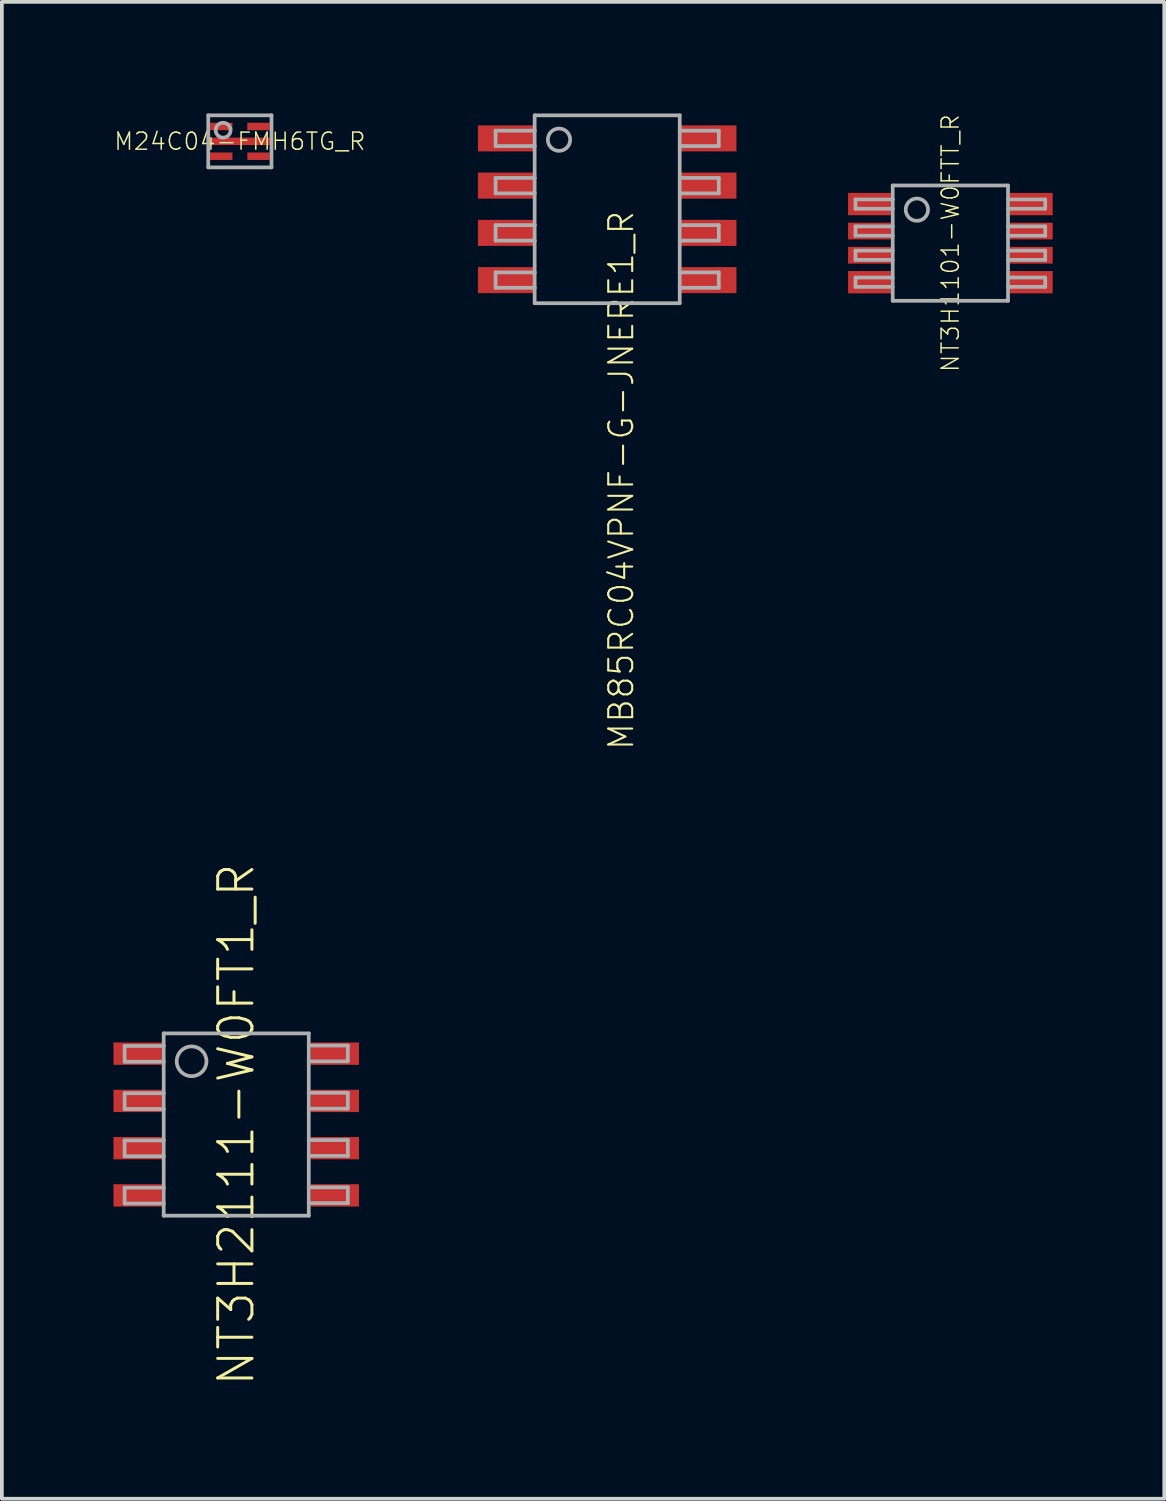
<source format=kicad_pcb>
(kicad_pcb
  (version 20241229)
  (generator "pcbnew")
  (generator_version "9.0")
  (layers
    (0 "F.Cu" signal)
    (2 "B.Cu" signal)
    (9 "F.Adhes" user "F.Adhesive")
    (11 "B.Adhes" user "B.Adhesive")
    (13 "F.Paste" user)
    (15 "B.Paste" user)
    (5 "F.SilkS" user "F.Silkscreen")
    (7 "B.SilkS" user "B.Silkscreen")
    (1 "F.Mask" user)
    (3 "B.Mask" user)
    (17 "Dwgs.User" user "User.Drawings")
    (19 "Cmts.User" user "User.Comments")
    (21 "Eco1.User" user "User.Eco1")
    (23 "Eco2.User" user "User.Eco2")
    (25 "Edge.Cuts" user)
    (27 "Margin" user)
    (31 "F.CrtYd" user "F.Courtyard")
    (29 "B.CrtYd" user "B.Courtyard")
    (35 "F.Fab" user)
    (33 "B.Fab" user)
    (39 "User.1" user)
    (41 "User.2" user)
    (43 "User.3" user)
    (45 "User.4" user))
  (footprint "M24C04-FMH6TG_R"
    (layer "F.Cu")
    (at 3.398 0.75)
    (property "Reference" "M24C04-FMH6TG_R" (at 0 0 0) (unlocked yes) (layer "F.SilkS") (effects (font (size 0.46 0.46) (thickness 0.04))))
    (fp_poly (pts (xy -0.85 -0.25) (xy -0.15 -0.25) (xy -0.15 -0.55) (xy -0.85 -0.55)) (stroke (width 0) (type default)) (fill yes) (layer "F.Mask"))
    (fp_poly (pts (xy -0.85 0.15) (xy 0.85 0.15) (xy 0.85 -0.15) (xy -0.85 -0.15)) (stroke (width 0) (type default)) (fill yes) (layer "F.Mask"))
    (fp_poly (pts (xy -0.85 0.55) (xy -0.15 0.55) (xy -0.15 0.25) (xy -0.85 0.25)) (stroke (width 0) (type default)) (fill yes) (layer "F.Mask"))
    (fp_poly (pts (xy 0.15 -0.25) (xy 0.85 -0.25) (xy 0.85 -0.55) (xy 0.15 -0.55)) (stroke (width 0) (type default)) (fill yes) (layer "F.Mask"))
    (fp_poly (pts (xy 0.15 0.55) (xy 0.85 0.55) (xy 0.85 0.25) (xy 0.15 0.25)) (stroke (width 0) (type default)) (fill yes) (layer "F.Mask"))
    (fp_line (start -0.85 -0.7) (end -0.85 0.7) (stroke (width 0.1) (type solid)) (layer "F.Fab"))
    (fp_line (start -0.85 0.7) (end 0.85 0.7) (stroke (width 0.1) (type solid)) (layer "F.Fab"))
    (fp_line (start 0.85 -0.7) (end -0.85 -0.7) (stroke (width 0.1) (type solid)) (layer "F.Fab"))
    (fp_line (start 0.85 0.7) (end 0.85 -0.7) (stroke (width 0.1) (type solid)) (layer "F.Fab"))
    (fp_circle (center -0.45 -0.3) (end -0.25 -0.3) (stroke (width 0.1) (type solid)) (fill no) (layer "F.Fab"))
    (pad "1" smd rect (at -0.5 -0.4) (size 0.6 0.2) (layers "F.Cu" "F.Paste"))
    (pad "2" smd rect (at 0 0) (size 1.6 0.2) (layers "F.Cu" "F.Paste"))
    (pad "3" smd rect (at -0.5 0.4) (size 0.6 0.2) (layers "F.Cu" "F.Paste"))
    (pad "4" smd rect (at 0.5 0.4) (size 0.6 0.2) (layers "F.Cu" "F.Paste"))
    (pad "5" smd rect (at 0.5 -0.4) (size 0.6 0.2) (layers "F.Cu" "F.Paste")))
  (footprint "NT3H2111-W0FT1_R"
    (layer "F.Cu")
    (at 3.3 27.179)
    (property "Reference" "NT3H2111-W0FT1_R" (at 0 0 90) (unlocked yes) (layer "F.SilkS") (effects (font (size 0.92 0.92) (thickness 0.08))))
    (fp_line (start -3 -2.112) (end -3 -1.688) (stroke (width 0.1) (type solid)) (layer "F.Fab"))
    (fp_line (start -3 -1.688) (end -1.95 -1.688) (stroke (width 0.1) (type solid)) (layer "F.Fab"))
    (fp_line (start -3 -0.843) (end -3 -0.417) (stroke (width 0.1) (type solid)) (layer "F.Fab"))
    (fp_line (start -3 -0.417) (end -1.95 -0.417) (stroke (width 0.1) (type solid)) (layer "F.Fab"))
    (fp_line (start -3 0.427) (end -3 0.853) (stroke (width 0.1) (type solid)) (layer "F.Fab"))
    (fp_line (start -3 0.853) (end -1.95 0.853) (stroke (width 0.1) (type solid)) (layer "F.Fab"))
    (fp_line (start -3 1.698) (end -3 2.123) (stroke (width 0.1) (type solid)) (layer "F.Fab"))
    (fp_line (start -3 2.123) (end -1.95 2.123) (stroke (width 0.1) (type solid)) (layer "F.Fab"))
    (fp_line (start -1.95 -2.45) (end -1.95 -2.112) (stroke (width 0.1) (type solid)) (layer "F.Fab"))
    (fp_line (start -1.95 -2.45) (end 1.95 -2.45) (stroke (width 0.1) (type solid)) (layer "F.Fab"))
    (fp_line (start -1.95 -2.112) (end -3 -2.112) (stroke (width 0.1) (type solid)) (layer "F.Fab"))
    (fp_line (start -1.95 -2.112) (end -1.95 -1.688) (stroke (width 0.1) (type solid)) (layer "F.Fab"))
    (fp_line (start -1.95 -0.843) (end -3 -0.843) (stroke (width 0.1) (type solid)) (layer "F.Fab"))
    (fp_line (start -1.95 -0.843) (end -1.95 -1.688) (stroke (width 0.1) (type solid)) (layer "F.Fab"))
    (fp_line (start -1.95 -0.417) (end -1.95 -0.843) (stroke (width 0.1) (type solid)) (layer "F.Fab"))
    (fp_line (start -1.95 -0.417) (end -1.95 0.427) (stroke (width 0.1) (type solid)) (layer "F.Fab"))
    (fp_line (start -1.95 0.427) (end -3 0.427) (stroke (width 0.1) (type solid)) (layer "F.Fab"))
    (fp_line (start -1.95 0.427) (end -1.95 0.853) (stroke (width 0.1) (type solid)) (layer "F.Fab"))
    (fp_line (start -1.95 1.698) (end -3 1.698) (stroke (width 0.1) (type solid)) (layer "F.Fab"))
    (fp_line (start -1.95 1.698) (end -1.95 0.853) (stroke (width 0.1) (type solid)) (layer "F.Fab"))
    (fp_line (start -1.95 2.123) (end -1.95 1.698) (stroke (width 0.1) (type solid)) (layer "F.Fab"))
    (fp_line (start -1.95 2.123) (end -1.95 2.45) (stroke (width 0.1) (type solid)) (layer "F.Fab"))
    (fp_line (start -1.95 2.45) (end 1.95 2.45) (stroke (width 0.1) (type solid)) (layer "F.Fab"))
    (fp_line (start 1.95 -2.123) (end 1.95 -2.45) (stroke (width 0.1) (type solid)) (layer "F.Fab"))
    (fp_line (start 1.95 -2.123) (end 1.95 -1.698) (stroke (width 0.1) (type solid)) (layer "F.Fab"))
    (fp_line (start 1.95 -1.698) (end 1.95 -0.853) (stroke (width 0.1) (type solid)) (layer "F.Fab"))
    (fp_line (start 1.95 -1.698) (end 3 -1.698) (stroke (width 0.1) (type solid)) (layer "F.Fab"))
    (fp_line (start 1.95 -0.427) (end 1.95 -0.853) (stroke (width 0.1) (type solid)) (layer "F.Fab"))
    (fp_line (start 1.95 -0.427) (end 3 -0.427) (stroke (width 0.1) (type solid)) (layer "F.Fab"))
    (fp_line (start 1.95 0.417) (end 1.95 -0.427) (stroke (width 0.1) (type solid)) (layer "F.Fab"))
    (fp_line (start 1.95 0.417) (end 1.95 0.843) (stroke (width 0.1) (type solid)) (layer "F.Fab"))
    (fp_line (start 1.95 0.843) (end 1.95 1.688) (stroke (width 0.1) (type solid)) (layer "F.Fab"))
    (fp_line (start 1.95 0.843) (end 3 0.843) (stroke (width 0.1) (type solid)) (layer "F.Fab"))
    (fp_line (start 1.95 2.112) (end 1.95 1.688) (stroke (width 0.1) (type solid)) (layer "F.Fab"))
    (fp_line (start 1.95 2.112) (end 3 2.112) (stroke (width 0.1) (type solid)) (layer "F.Fab"))
    (fp_line (start 1.95 2.45) (end 1.95 2.112) (stroke (width 0.1) (type solid)) (layer "F.Fab"))
    (fp_line (start 3 -2.123) (end 1.95 -2.123) (stroke (width 0.1) (type solid)) (layer "F.Fab"))
    (fp_line (start 3 -1.698) (end 3 -2.123) (stroke (width 0.1) (type solid)) (layer "F.Fab"))
    (fp_line (start 3 -0.853) (end 1.95 -0.853) (stroke (width 0.1) (type solid)) (layer "F.Fab"))
    (fp_line (start 3 -0.427) (end 3 -0.853) (stroke (width 0.1) (type solid)) (layer "F.Fab"))
    (fp_line (start 3 0.417) (end 1.95 0.417) (stroke (width 0.1) (type solid)) (layer "F.Fab"))
    (fp_line (start 3 0.843) (end 3 0.417) (stroke (width 0.1) (type solid)) (layer "F.Fab"))
    (fp_line (start 3 1.688) (end 1.95 1.688) (stroke (width 0.1) (type solid)) (layer "F.Fab"))
    (fp_line (start 3 2.112) (end 3 1.688) (stroke (width 0.1) (type solid)) (layer "F.Fab"))
    (fp_circle (center -1.2 -1.7) (end -0.8 -1.7) (stroke (width 0.1) (type solid)) (fill no) (layer "F.Fab"))
    (pad "1" smd rect (at -2.65 -1.905) (size 1.3 0.6) (layers "F.Cu" "F.Mask" "F.Paste"))
    (pad "2" smd rect (at -2.65 -0.635) (size 1.3 0.6) (layers "F.Cu" "F.Mask" "F.Paste"))
    (pad "3" smd rect (at -2.65 0.635) (size 1.3 0.6) (layers "F.Cu" "F.Mask" "F.Paste"))
    (pad "4" smd rect (at -2.65 1.905) (size 1.3 0.6) (layers "F.Cu" "F.Mask" "F.Paste"))
    (pad "5" smd rect (at 2.65 1.905) (size 1.3 0.6) (layers "F.Cu" "F.Mask" "F.Paste"))
    (pad "6" smd rect (at 2.65 0.635) (size 1.3 0.6) (layers "F.Cu" "F.Mask" "F.Paste"))
    (pad "7" smd rect (at 2.65 -0.635) (size 1.3 0.6) (layers "F.Cu" "F.Mask" "F.Paste"))
    (pad "8" smd rect (at 2.65 -1.905) (size 1.3 0.6) (layers "F.Cu" "F.Mask" "F.Paste")))
  (footprint "MB85RC04VPNF-G-JNERE1_R"
    (layer "F.Cu")
    (at 13.272 2.575)
    (property "Reference" "MB85RC04VPNF-G-JNERE1_R" (at 0 0 90) (unlocked yes) (layer "F.SilkS") (effects (font (size 0.644 0.644) (thickness 0.056)) (justify right top)))
    (fp_poly (pts (xy -1.95 -1.555) (xy -3.475 -1.555) (xy -3.475 -2.255) (xy -1.95 -2.255)) (stroke (width 0) (type default)) (fill yes) (layer "F.Paste"))
    (fp_poly (pts (xy -1.95 -0.285) (xy -3.475 -0.285) (xy -3.475 -0.985) (xy -1.95 -0.985)) (stroke (width 0) (type default)) (fill yes) (layer "F.Paste"))
    (fp_poly (pts (xy -1.95 0.985) (xy -3.475 0.985) (xy -3.475 0.285) (xy -1.95 0.285)) (stroke (width 0) (type default)) (fill yes) (layer "F.Paste"))
    (fp_poly (pts (xy -1.95 2.255) (xy -3.475 2.255) (xy -3.475 1.555) (xy -1.95 1.555)) (stroke (width 0) (type default)) (fill yes) (layer "F.Paste"))
    (fp_poly (pts (xy 3.475 -1.555) (xy 1.95 -1.555) (xy 1.95 -2.255) (xy 3.475 -2.255)) (stroke (width 0) (type default)) (fill yes) (layer "F.Paste"))
    (fp_poly (pts (xy 3.475 -0.285) (xy 1.95 -0.285) (xy 1.95 -0.985) (xy 3.475 -0.985)) (stroke (width 0) (type default)) (fill yes) (layer "F.Paste"))
    (fp_poly (pts (xy 3.475 0.985) (xy 1.95 0.985) (xy 1.95 0.285) (xy 3.475 0.285)) (stroke (width 0) (type default)) (fill yes) (layer "F.Paste"))
    (fp_poly (pts (xy 3.475 2.255) (xy 1.95 2.255) (xy 1.95 1.555) (xy 3.475 1.555)) (stroke (width 0) (type default)) (fill yes) (layer "F.Paste"))
    (fp_line (start -3 -2.112) (end -3 -1.698) (stroke (width 0.1) (type solid)) (layer "F.Fab"))
    (fp_line (start -3 -1.698) (end -1.95 -1.698) (stroke (width 0.1) (type solid)) (layer "F.Fab"))
    (fp_line (start -3 -0.843) (end -3 -0.427) (stroke (width 0.1) (type solid)) (layer "F.Fab"))
    (fp_line (start -3 -0.427) (end -1.95 -0.427) (stroke (width 0.1) (type solid)) (layer "F.Fab"))
    (fp_line (start -3 0.427) (end -3 0.843) (stroke (width 0.1) (type solid)) (layer "F.Fab"))
    (fp_line (start -3 0.843) (end -1.95 0.843) (stroke (width 0.1) (type solid)) (layer "F.Fab"))
    (fp_line (start -3 1.698) (end -3 2.112) (stroke (width 0.1) (type solid)) (layer "F.Fab"))
    (fp_line (start -3 2.112) (end -1.95 2.112) (stroke (width 0.1) (type solid)) (layer "F.Fab"))
    (fp_line (start -1.95 -2.525) (end 1.95 -2.525) (stroke (width 0.1) (type solid)) (layer "F.Fab"))
    (fp_line (start -1.95 -2.112) (end -3 -2.112) (stroke (width 0.1) (type solid)) (layer "F.Fab"))
    (fp_line (start -1.95 -2.112) (end -1.95 -2.525) (stroke (width 0.1) (type solid)) (layer "F.Fab"))
    (fp_line (start -1.95 -1.698) (end -1.95 -2.112) (stroke (width 0.1) (type solid)) (layer "F.Fab"))
    (fp_line (start -1.95 -0.843) (end -3 -0.843) (stroke (width 0.1) (type solid)) (layer "F.Fab"))
    (fp_line (start -1.95 -0.843) (end -1.95 -1.698) (stroke (width 0.1) (type solid)) (layer "F.Fab"))
    (fp_line (start -1.95 -0.427) (end -1.95 -0.843) (stroke (width 0.1) (type solid)) (layer "F.Fab"))
    (fp_line (start -1.95 0.427) (end -3 0.427) (stroke (width 0.1) (type solid)) (layer "F.Fab"))
    (fp_line (start -1.95 0.427) (end -1.95 -0.427) (stroke (width 0.1) (type solid)) (layer "F.Fab"))
    (fp_line (start -1.95 0.843) (end -1.95 0.427) (stroke (width 0.1) (type solid)) (layer "F.Fab"))
    (fp_line (start -1.95 1.698) (end -3 1.698) (stroke (width 0.1) (type solid)) (layer "F.Fab"))
    (fp_line (start -1.95 1.698) (end -1.95 0.843) (stroke (width 0.1) (type solid)) (layer "F.Fab"))
    (fp_line (start -1.95 2.112) (end -1.95 1.698) (stroke (width 0.1) (type solid)) (layer "F.Fab"))
    (fp_line (start -1.95 2.525) (end -1.95 2.112) (stroke (width 0.1) (type solid)) (layer "F.Fab"))
    (fp_line (start 1.95 -2.112) (end 1.95 -2.525) (stroke (width 0.1) (type solid)) (layer "F.Fab"))
    (fp_line (start 1.95 -1.698) (end 1.95 -2.112) (stroke (width 0.1) (type solid)) (layer "F.Fab"))
    (fp_line (start 1.95 -1.698) (end 3 -1.698) (stroke (width 0.1) (type solid)) (layer "F.Fab"))
    (fp_line (start 1.95 -0.843) (end 1.95 -1.698) (stroke (width 0.1) (type solid)) (layer "F.Fab"))
    (fp_line (start 1.95 -0.427) (end 1.95 -0.843) (stroke (width 0.1) (type solid)) (layer "F.Fab"))
    (fp_line (start 1.95 -0.427) (end 3 -0.427) (stroke (width 0.1) (type solid)) (layer "F.Fab"))
    (fp_line (start 1.95 0.427) (end 1.95 -0.427) (stroke (width 0.1) (type solid)) (layer "F.Fab"))
    (fp_line (start 1.95 0.843) (end 1.95 0.427) (stroke (width 0.1) (type solid)) (layer "F.Fab"))
    (fp_line (start 1.95 0.843) (end 1.95 1.698) (stroke (width 0.1) (type solid)) (layer "F.Fab"))
    (fp_line (start 1.95 0.843) (end 3 0.843) (stroke (width 0.1) (type solid)) (layer "F.Fab"))
    (fp_line (start 1.95 2.112) (end 1.95 1.698) (stroke (width 0.1) (type solid)) (layer "F.Fab"))
    (fp_line (start 1.95 2.112) (end 3 2.112) (stroke (width 0.1) (type solid)) (layer "F.Fab"))
    (fp_line (start 1.95 2.525) (end -1.95 2.525) (stroke (width 0.1) (type solid)) (layer "F.Fab"))
    (fp_line (start 1.95 2.525) (end 1.95 2.112) (stroke (width 0.1) (type solid)) (layer "F.Fab"))
    (fp_line (start 3 -2.112) (end 1.95 -2.112) (stroke (width 0.1) (type solid)) (layer "F.Fab"))
    (fp_line (start 3 -1.698) (end 3 -2.112) (stroke (width 0.1) (type solid)) (layer "F.Fab"))
    (fp_line (start 3 -0.843) (end 1.95 -0.843) (stroke (width 0.1) (type solid)) (layer "F.Fab"))
    (fp_line (start 3 -0.427) (end 3 -0.843) (stroke (width 0.1) (type solid)) (layer "F.Fab"))
    (fp_line (start 3 0.427) (end 1.95 0.427) (stroke (width 0.1) (type solid)) (layer "F.Fab"))
    (fp_line (start 3 0.843) (end 3 0.427) (stroke (width 0.1) (type solid)) (layer "F.Fab"))
    (fp_line (start 3 1.698) (end 1.95 1.698) (stroke (width 0.1) (type solid)) (layer "F.Fab"))
    (fp_line (start 3 2.112) (end 3 1.698) (stroke (width 0.1) (type solid)) (layer "F.Fab"))
    (fp_circle (center -1.295 -1.87) (end -0.995 -1.87) (stroke (width 0.1) (type solid)) (fill no) (layer "F.Fab"))
    (pad "1" smd rect (at -2.712 -1.905) (size 1.525 0.7) (layers "F.Cu" "F.Mask"))
    (pad "2" smd rect (at -2.712 -0.635) (size 1.525 0.7) (layers "F.Cu" "F.Mask"))
    (pad "3" smd rect (at -2.712 0.635) (size 1.525 0.7) (layers "F.Cu" "F.Mask"))
    (pad "4" smd rect (at -2.712 1.905) (size 1.525 0.7) (layers "F.Cu" "F.Mask"))
    (pad "5" smd rect (at 2.712 1.905) (size 1.525 0.7) (layers "F.Cu" "F.Mask"))
    (pad "6" smd rect (at 2.712 0.635) (size 1.525 0.7) (layers "F.Cu" "F.Mask"))
    (pad "7" smd rect (at 2.712 -0.635) (size 1.525 0.7) (layers "F.Cu" "F.Mask"))
    (pad "8" smd rect (at 2.712 -1.905) (size 1.525 0.7) (layers "F.Cu" "F.Mask")))
  (footprint "NT3H1101-W0FTT_R"
    (layer "F.Cu")
    (at 22.497 3.486)
    (property "Reference" "NT3H1101-W0FTT_R" (at 0 0 90) (unlocked yes) (layer "F.SilkS") (effects (font (size 0.46 0.46) (thickness 0.04))))
    (fp_line (start -2.55 -1.175) (end -2.55 -0.925) (stroke (width 0.1) (type solid)) (layer "F.Fab"))
    (fp_line (start -2.55 -0.925) (end -1.55 -0.925) (stroke (width 0.1) (type solid)) (layer "F.Fab"))
    (fp_line (start -2.55 -0.45) (end -2.55 -0.2) (stroke (width 0.1) (type solid)) (layer "F.Fab"))
    (fp_line (start -2.55 0.2) (end -2.55 0.45) (stroke (width 0.1) (type solid)) (layer "F.Fab"))
    (fp_line (start -2.55 0.45) (end -1.55 0.45) (stroke (width 0.1) (type solid)) (layer "F.Fab"))
    (fp_line (start -2.55 0.925) (end -2.55 1.175) (stroke (width 0.1) (type solid)) (layer "F.Fab"))
    (fp_line (start -2.55 1.175) (end -1.55 1.175) (stroke (width 0.1) (type solid)) (layer "F.Fab"))
    (fp_line (start -1.55 -1.55) (end -1.55 -1.175) (stroke (width 0.1) (type solid)) (layer "F.Fab"))
    (fp_line (start -1.55 -1.175) (end -2.55 -1.175) (stroke (width 0.1) (type solid)) (layer "F.Fab"))
    (fp_line (start -1.55 -1.175) (end -1.55 -0.925) (stroke (width 0.1) (type solid)) (layer "F.Fab"))
    (fp_line (start -1.55 -0.925) (end -1.55 -0.45) (stroke (width 0.1) (type solid)) (layer "F.Fab"))
    (fp_line (start -1.55 -0.45) (end -2.55 -0.45) (stroke (width 0.1) (type solid)) (layer "F.Fab"))
    (fp_line (start -1.55 -0.45) (end -1.55 -0.2) (stroke (width 0.1) (type solid)) (layer "F.Fab"))
    (fp_line (start -1.55 -0.2) (end -2.55 -0.2) (stroke (width 0.1) (type solid)) (layer "F.Fab"))
    (fp_line (start -1.55 -0.2) (end -1.55 1.55) (stroke (width 0.1) (type solid)) (layer "F.Fab"))
    (fp_line (start -1.55 0.2) (end -2.55 0.2) (stroke (width 0.1) (type solid)) (layer "F.Fab"))
    (fp_line (start -1.55 0.925) (end -2.55 0.925) (stroke (width 0.1) (type solid)) (layer "F.Fab"))
    (fp_line (start -1.55 1.55) (end 1.55 1.55) (stroke (width 0.1) (type solid)) (layer "F.Fab"))
    (fp_line (start 1.55 -1.55) (end -1.55 -1.55) (stroke (width 0.1) (type solid)) (layer "F.Fab"))
    (fp_line (start 1.55 -0.925) (end 2.55 -0.925) (stroke (width 0.1) (type solid)) (layer "F.Fab"))
    (fp_line (start 1.55 -0.2) (end 2.55 -0.2) (stroke (width 0.1) (type solid)) (layer "F.Fab"))
    (fp_line (start 1.55 0.45) (end 2.55 0.45) (stroke (width 0.1) (type solid)) (layer "F.Fab"))
    (fp_line (start 1.55 1.175) (end 2.55 1.175) (stroke (width 0.1) (type solid)) (layer "F.Fab"))
    (fp_line (start 1.55 1.55) (end 1.55 -1.55) (stroke (width 0.1) (type solid)) (layer "F.Fab"))
    (fp_line (start 2.55 -1.175) (end 1.55 -1.175) (stroke (width 0.1) (type solid)) (layer "F.Fab"))
    (fp_line (start 2.55 -0.925) (end 2.55 -1.175) (stroke (width 0.1) (type solid)) (layer "F.Fab"))
    (fp_line (start 2.55 -0.45) (end 1.55 -0.45) (stroke (width 0.1) (type solid)) (layer "F.Fab"))
    (fp_line (start 2.55 -0.2) (end 2.55 -0.45) (stroke (width 0.1) (type solid)) (layer "F.Fab"))
    (fp_line (start 2.55 0.2) (end 1.55 0.2) (stroke (width 0.1) (type solid)) (layer "F.Fab"))
    (fp_line (start 2.55 0.45) (end 2.55 0.2) (stroke (width 0.1) (type solid)) (layer "F.Fab"))
    (fp_line (start 2.55 0.925) (end 1.55 0.925) (stroke (width 0.1) (type solid)) (layer "F.Fab"))
    (fp_line (start 2.55 1.175) (end 2.55 0.925) (stroke (width 0.1) (type solid)) (layer "F.Fab"))
    (fp_circle (center -0.9 -0.9) (end -0.6 -0.9) (stroke (width 0.1) (type solid)) (fill no) (layer "F.Fab"))
    (pad "1" smd rect (at -2.175 -1.05 270) (size 0.6 1.15) (layers "F.Cu" "F.Mask" "F.Paste"))
    (pad "2" smd rect (at -2.175 -0.325 270) (size 0.45 1.15) (layers "F.Cu" "F.Mask" "F.Paste"))
    (pad "3" smd rect (at -2.175 0.325 270) (size 0.45 1.15) (layers "F.Cu" "F.Mask" "F.Paste"))
    (pad "4" smd rect (at -2.175 1.05 270) (size 0.6 1.15) (layers "F.Cu" "F.Mask" "F.Paste"))
    (pad "5" smd rect (at 2.175 1.05 270) (size 0.6 1.15) (layers "F.Cu" "F.Mask" "F.Paste"))
    (pad "6" smd rect (at 2.175 0.325 270) (size 0.45 1.15) (layers "F.Cu" "F.Mask" "F.Paste"))
    (pad "7" smd rect (at 2.175 -0.325 270) (size 0.45 1.15) (layers "F.Cu" "F.Mask" "F.Paste"))
    (pad "8" smd rect (at 2.175 -1.05 270) (size 0.6 1.15) (layers "F.Cu" "F.Mask" "F.Paste")))
  (gr_rect
    (start -3 -3)
    (end 28.247 37.238)
    (stroke (width 0.1) (type default))
    (fill no)
    (layer "Edge.Cuts")))
</source>
